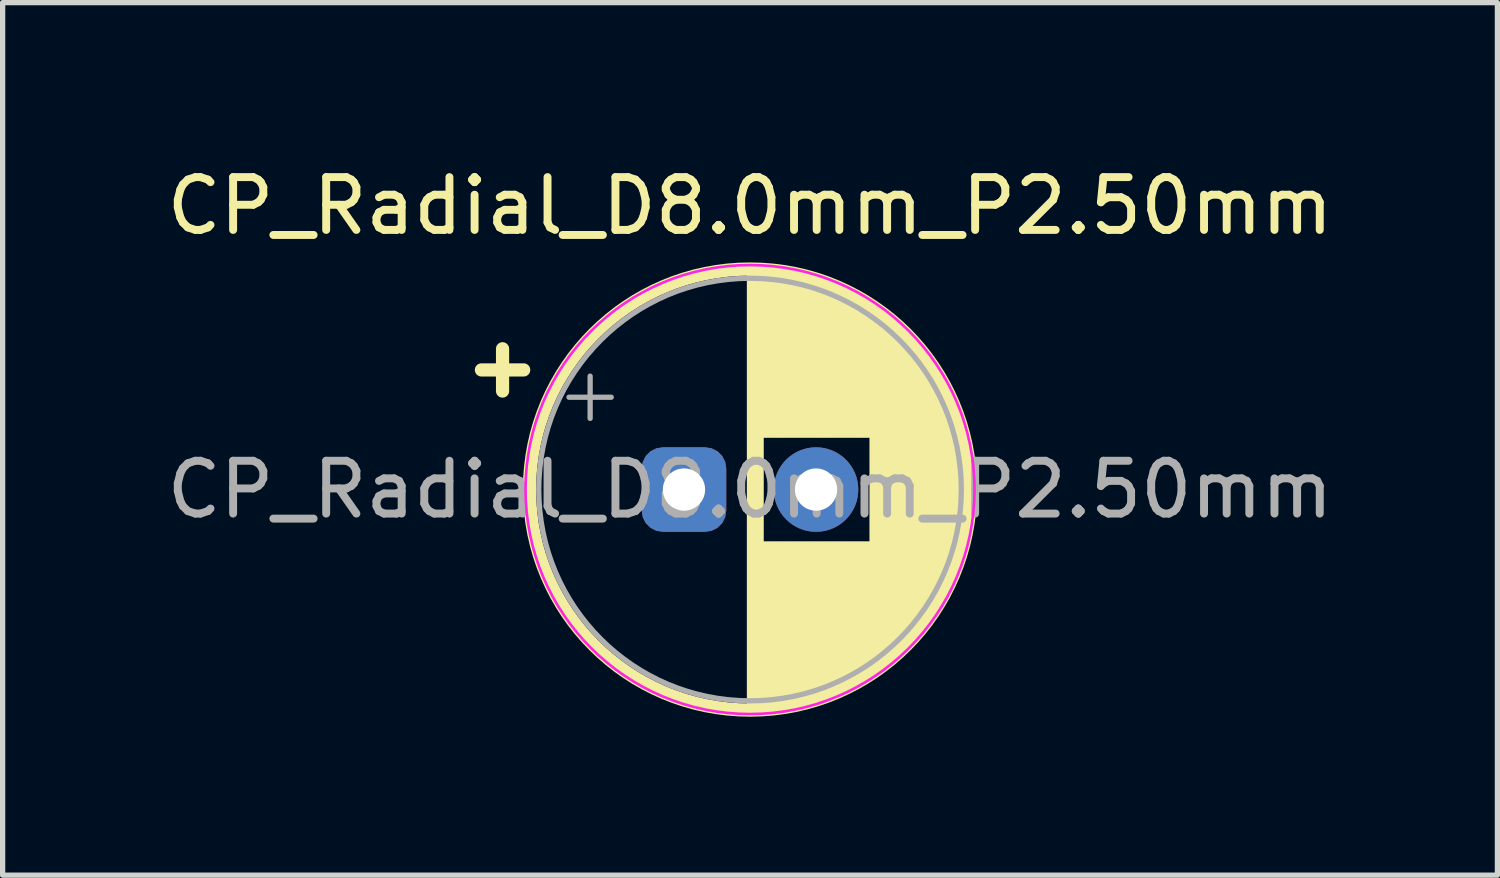
<source format=kicad_pcb>
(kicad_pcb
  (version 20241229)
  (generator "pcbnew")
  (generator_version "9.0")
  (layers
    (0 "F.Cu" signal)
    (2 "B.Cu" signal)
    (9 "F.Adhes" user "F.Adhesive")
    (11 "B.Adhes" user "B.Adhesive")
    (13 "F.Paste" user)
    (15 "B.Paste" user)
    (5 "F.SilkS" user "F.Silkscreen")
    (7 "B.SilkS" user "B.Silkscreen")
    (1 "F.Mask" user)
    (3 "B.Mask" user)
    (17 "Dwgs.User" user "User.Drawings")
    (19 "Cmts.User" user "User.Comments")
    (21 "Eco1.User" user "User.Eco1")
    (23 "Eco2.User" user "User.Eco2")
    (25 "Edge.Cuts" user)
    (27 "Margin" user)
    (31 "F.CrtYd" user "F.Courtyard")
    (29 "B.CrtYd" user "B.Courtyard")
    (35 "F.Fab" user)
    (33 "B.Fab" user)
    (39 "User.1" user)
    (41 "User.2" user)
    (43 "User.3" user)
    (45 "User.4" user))
  (footprint "CP_Radial_D8.0mm_P2.50mm"
    (layer "F.Cu")
    (at 9.899 6.218)
    (property "Reference" "CP_Radial_D8.0mm_P2.50mm" (at 1.25 -5.37 0) (layer "F.SilkS") (effects (font (size 1 1) (thickness 0.15))))
    (attr through_hole)
    (fp_line (start -3.835 -2.265) (end -3.035 -2.265) (stroke (width 0.25) (type solid)) (layer "F.SilkS"))
    (fp_line (start -3.435 -2.665) (end -3.435 -1.865) (stroke (width 0.25) (type solid)) (layer "F.SilkS"))
    (fp_line (start 1.25 -4.08) (end 1.25 4.08) (stroke (width 0.12) (type solid)) (layer "F.SilkS"))
    (fp_line (start 1.29 -4.08) (end 1.29 4.08) (stroke (width 0.12) (type solid)) (layer "F.SilkS"))
    (fp_line (start 1.33 -4.08) (end 1.33 4.08) (stroke (width 0.12) (type solid)) (layer "F.SilkS"))
    (fp_line (start 1.37 -4.079) (end 1.37 4.079) (stroke (width 0.12) (type solid)) (layer "F.SilkS"))
    (fp_line (start 1.41 -4.077) (end 1.41 4.077) (stroke (width 0.12) (type solid)) (layer "F.SilkS"))
    (fp_line (start 1.45 -4.076) (end 1.45 4.076) (stroke (width 0.12) (type solid)) (layer "F.SilkS"))
    (fp_line (start 1.49 -4.074) (end 1.49 -1.04) (stroke (width 0.12) (type solid)) (layer "F.SilkS"))
    (fp_line (start 1.49 1.04) (end 1.49 4.074) (stroke (width 0.12) (type solid)) (layer "F.SilkS"))
    (fp_line (start 1.53 -4.071) (end 1.53 -1.04) (stroke (width 0.12) (type solid)) (layer "F.SilkS"))
    (fp_line (start 1.53 1.04) (end 1.53 4.071) (stroke (width 0.12) (type solid)) (layer "F.SilkS"))
    (fp_line (start 1.57 -4.068) (end 1.57 -1.04) (stroke (width 0.12) (type solid)) (layer "F.SilkS"))
    (fp_line (start 1.57 1.04) (end 1.57 4.068) (stroke (width 0.12) (type solid)) (layer "F.SilkS"))
    (fp_line (start 1.61 -4.065) (end 1.61 -1.04) (stroke (width 0.12) (type solid)) (layer "F.SilkS"))
    (fp_line (start 1.61 1.04) (end 1.61 4.065) (stroke (width 0.12) (type solid)) (layer "F.SilkS"))
    (fp_line (start 1.65 -4.061) (end 1.65 -1.04) (stroke (width 0.12) (type solid)) (layer "F.SilkS"))
    (fp_line (start 1.65 1.04) (end 1.65 4.061) (stroke (width 0.12) (type solid)) (layer "F.SilkS"))
    (fp_line (start 1.69 -4.057) (end 1.69 -1.04) (stroke (width 0.12) (type solid)) (layer "F.SilkS"))
    (fp_line (start 1.69 1.04) (end 1.69 4.057) (stroke (width 0.12) (type solid)) (layer "F.SilkS"))
    (fp_line (start 1.73 -4.052) (end 1.73 -1.04) (stroke (width 0.12) (type solid)) (layer "F.SilkS"))
    (fp_line (start 1.73 1.04) (end 1.73 4.052) (stroke (width 0.12) (type solid)) (layer "F.SilkS"))
    (fp_line (start 1.77 -4.048) (end 1.77 -1.04) (stroke (width 0.12) (type solid)) (layer "F.SilkS"))
    (fp_line (start 1.77 1.04) (end 1.77 4.048) (stroke (width 0.12) (type solid)) (layer "F.SilkS"))
    (fp_line (start 1.81 -4.042) (end 1.81 -1.04) (stroke (width 0.12) (type solid)) (layer "F.SilkS"))
    (fp_line (start 1.81 1.04) (end 1.81 4.042) (stroke (width 0.12) (type solid)) (layer "F.SilkS"))
    (fp_line (start 1.85 -4.037) (end 1.85 -1.04) (stroke (width 0.12) (type solid)) (layer "F.SilkS"))
    (fp_line (start 1.85 1.04) (end 1.85 4.037) (stroke (width 0.12) (type solid)) (layer "F.SilkS"))
    (fp_line (start 1.89 -4.03) (end 1.89 -1.04) (stroke (width 0.12) (type solid)) (layer "F.SilkS"))
    (fp_line (start 1.89 1.04) (end 1.89 4.03) (stroke (width 0.12) (type solid)) (layer "F.SilkS"))
    (fp_line (start 1.93 -4.024) (end 1.93 -1.04) (stroke (width 0.12) (type solid)) (layer "F.SilkS"))
    (fp_line (start 1.93 1.04) (end 1.93 4.024) (stroke (width 0.12) (type solid)) (layer "F.SilkS"))
    (fp_line (start 1.971 -4.017) (end 1.971 -1.04) (stroke (width 0.12) (type solid)) (layer "F.SilkS"))
    (fp_line (start 1.971 1.04) (end 1.971 4.017) (stroke (width 0.12) (type solid)) (layer "F.SilkS"))
    (fp_line (start 2.011 -4.01) (end 2.011 -1.04) (stroke (width 0.12) (type solid)) (layer "F.SilkS"))
    (fp_line (start 2.011 1.04) (end 2.011 4.01) (stroke (width 0.12) (type solid)) (layer "F.SilkS"))
    (fp_line (start 2.051 -4.002) (end 2.051 -1.04) (stroke (width 0.12) (type solid)) (layer "F.SilkS"))
    (fp_line (start 2.051 1.04) (end 2.051 4.002) (stroke (width 0.12) (type solid)) (layer "F.SilkS"))
    (fp_line (start 2.091 -3.994) (end 2.091 -1.04) (stroke (width 0.12) (type solid)) (layer "F.SilkS"))
    (fp_line (start 2.091 1.04) (end 2.091 3.994) (stroke (width 0.12) (type solid)) (layer "F.SilkS"))
    (fp_line (start 2.131 -3.985) (end 2.131 -1.04) (stroke (width 0.12) (type solid)) (layer "F.SilkS"))
    (fp_line (start 2.131 1.04) (end 2.131 3.985) (stroke (width 0.12) (type solid)) (layer "F.SilkS"))
    (fp_line (start 2.171 -3.976) (end 2.171 -1.04) (stroke (width 0.12) (type solid)) (layer "F.SilkS"))
    (fp_line (start 2.171 1.04) (end 2.171 3.976) (stroke (width 0.12) (type solid)) (layer "F.SilkS"))
    (fp_line (start 2.211 -3.967) (end 2.211 -1.04) (stroke (width 0.12) (type solid)) (layer "F.SilkS"))
    (fp_line (start 2.211 1.04) (end 2.211 3.967) (stroke (width 0.12) (type solid)) (layer "F.SilkS"))
    (fp_line (start 2.251 -3.957) (end 2.251 -1.04) (stroke (width 0.12) (type solid)) (layer "F.SilkS"))
    (fp_line (start 2.251 1.04) (end 2.251 3.957) (stroke (width 0.12) (type solid)) (layer "F.SilkS"))
    (fp_line (start 2.291 -3.947) (end 2.291 -1.04) (stroke (width 0.12) (type solid)) (layer "F.SilkS"))
    (fp_line (start 2.291 1.04) (end 2.291 3.947) (stroke (width 0.12) (type solid)) (layer "F.SilkS"))
    (fp_line (start 2.331 -3.936) (end 2.331 -1.04) (stroke (width 0.12) (type solid)) (layer "F.SilkS"))
    (fp_line (start 2.331 1.04) (end 2.331 3.936) (stroke (width 0.12) (type solid)) (layer "F.SilkS"))
    (fp_line (start 2.371 -3.925) (end 2.371 -1.04) (stroke (width 0.12) (type solid)) (layer "F.SilkS"))
    (fp_line (start 2.371 1.04) (end 2.371 3.925) (stroke (width 0.12) (type solid)) (layer "F.SilkS"))
    (fp_line (start 2.411 -3.914) (end 2.411 -1.04) (stroke (width 0.12) (type solid)) (layer "F.SilkS"))
    (fp_line (start 2.411 1.04) (end 2.411 3.914) (stroke (width 0.12) (type solid)) (layer "F.SilkS"))
    (fp_line (start 2.451 -3.902) (end 2.451 -1.04) (stroke (width 0.12) (type solid)) (layer "F.SilkS"))
    (fp_line (start 2.451 1.04) (end 2.451 3.902) (stroke (width 0.12) (type solid)) (layer "F.SilkS"))
    (fp_line (start 2.491 -3.889) (end 2.491 -1.04) (stroke (width 0.12) (type solid)) (layer "F.SilkS"))
    (fp_line (start 2.491 1.04) (end 2.491 3.889) (stroke (width 0.12) (type solid)) (layer "F.SilkS"))
    (fp_line (start 2.531 -3.877) (end 2.531 -1.04) (stroke (width 0.12) (type solid)) (layer "F.SilkS"))
    (fp_line (start 2.531 1.04) (end 2.531 3.877) (stroke (width 0.12) (type solid)) (layer "F.SilkS"))
    (fp_line (start 2.571 -3.863) (end 2.571 -1.04) (stroke (width 0.12) (type solid)) (layer "F.SilkS"))
    (fp_line (start 2.571 1.04) (end 2.571 3.863) (stroke (width 0.12) (type solid)) (layer "F.SilkS"))
    (fp_line (start 2.611 -3.85) (end 2.611 -1.04) (stroke (width 0.12) (type solid)) (layer "F.SilkS"))
    (fp_line (start 2.611 1.04) (end 2.611 3.85) (stroke (width 0.12) (type solid)) (layer "F.SilkS"))
    (fp_line (start 2.651 -3.835) (end 2.651 -1.04) (stroke (width 0.12) (type solid)) (layer "F.SilkS"))
    (fp_line (start 2.651 1.04) (end 2.651 3.835) (stroke (width 0.12) (type solid)) (layer "F.SilkS"))
    (fp_line (start 2.691 -3.821) (end 2.691 -1.04) (stroke (width 0.12) (type solid)) (layer "F.SilkS"))
    (fp_line (start 2.691 1.04) (end 2.691 3.821) (stroke (width 0.12) (type solid)) (layer "F.SilkS"))
    (fp_line (start 2.731 -3.805) (end 2.731 -1.04) (stroke (width 0.12) (type solid)) (layer "F.SilkS"))
    (fp_line (start 2.731 1.04) (end 2.731 3.805) (stroke (width 0.12) (type solid)) (layer "F.SilkS"))
    (fp_line (start 2.771 -3.79) (end 2.771 -1.04) (stroke (width 0.12) (type solid)) (layer "F.SilkS"))
    (fp_line (start 2.771 1.04) (end 2.771 3.79) (stroke (width 0.12) (type solid)) (layer "F.SilkS"))
    (fp_line (start 2.811 -3.774) (end 2.811 -1.04) (stroke (width 0.12) (type solid)) (layer "F.SilkS"))
    (fp_line (start 2.811 1.04) (end 2.811 3.774) (stroke (width 0.12) (type solid)) (layer "F.SilkS"))
    (fp_line (start 2.851 -3.757) (end 2.851 -1.04) (stroke (width 0.12) (type solid)) (layer "F.SilkS"))
    (fp_line (start 2.851 1.04) (end 2.851 3.757) (stroke (width 0.12) (type solid)) (layer "F.SilkS"))
    (fp_line (start 2.891 -3.74) (end 2.891 -1.04) (stroke (width 0.12) (type solid)) (layer "F.SilkS"))
    (fp_line (start 2.891 1.04) (end 2.891 3.74) (stroke (width 0.12) (type solid)) (layer "F.SilkS"))
    (fp_line (start 2.931 -3.722) (end 2.931 -1.04) (stroke (width 0.12) (type solid)) (layer "F.SilkS"))
    (fp_line (start 2.931 1.04) (end 2.931 3.722) (stroke (width 0.12) (type solid)) (layer "F.SilkS"))
    (fp_line (start 2.971 -3.704) (end 2.971 -1.04) (stroke (width 0.12) (type solid)) (layer "F.SilkS"))
    (fp_line (start 2.971 1.04) (end 2.971 3.704) (stroke (width 0.12) (type solid)) (layer "F.SilkS"))
    (fp_line (start 3.011 -3.686) (end 3.011 -1.04) (stroke (width 0.12) (type solid)) (layer "F.SilkS"))
    (fp_line (start 3.011 1.04) (end 3.011 3.686) (stroke (width 0.12) (type solid)) (layer "F.SilkS"))
    (fp_line (start 3.051 -3.666) (end 3.051 -1.04) (stroke (width 0.12) (type solid)) (layer "F.SilkS"))
    (fp_line (start 3.051 1.04) (end 3.051 3.666) (stroke (width 0.12) (type solid)) (layer "F.SilkS"))
    (fp_line (start 3.091 -3.647) (end 3.091 -1.04) (stroke (width 0.12) (type solid)) (layer "F.SilkS"))
    (fp_line (start 3.091 1.04) (end 3.091 3.647) (stroke (width 0.12) (type solid)) (layer "F.SilkS"))
    (fp_line (start 3.131 -3.627) (end 3.131 -1.04) (stroke (width 0.12) (type solid)) (layer "F.SilkS"))
    (fp_line (start 3.131 1.04) (end 3.131 3.627) (stroke (width 0.12) (type solid)) (layer "F.SilkS"))
    (fp_line (start 3.171 -3.606) (end 3.171 -1.04) (stroke (width 0.12) (type solid)) (layer "F.SilkS"))
    (fp_line (start 3.171 1.04) (end 3.171 3.606) (stroke (width 0.12) (type solid)) (layer "F.SilkS"))
    (fp_line (start 3.211 -3.584) (end 3.211 -1.04) (stroke (width 0.12) (type solid)) (layer "F.SilkS"))
    (fp_line (start 3.211 1.04) (end 3.211 3.584) (stroke (width 0.12) (type solid)) (layer "F.SilkS"))
    (fp_line (start 3.251 -3.562) (end 3.251 -1.04) (stroke (width 0.12) (type solid)) (layer "F.SilkS"))
    (fp_line (start 3.251 1.04) (end 3.251 3.562) (stroke (width 0.12) (type solid)) (layer "F.SilkS"))
    (fp_line (start 3.291 -3.54) (end 3.291 -1.04) (stroke (width 0.12) (type solid)) (layer "F.SilkS"))
    (fp_line (start 3.291 1.04) (end 3.291 3.54) (stroke (width 0.12) (type solid)) (layer "F.SilkS"))
    (fp_line (start 3.331 -3.517) (end 3.331 -1.04) (stroke (width 0.12) (type solid)) (layer "F.SilkS"))
    (fp_line (start 3.331 1.04) (end 3.331 3.517) (stroke (width 0.12) (type solid)) (layer "F.SilkS"))
    (fp_line (start 3.371 -3.493) (end 3.371 -1.04) (stroke (width 0.12) (type solid)) (layer "F.SilkS"))
    (fp_line (start 3.371 1.04) (end 3.371 3.493) (stroke (width 0.12) (type solid)) (layer "F.SilkS"))
    (fp_line (start 3.411 -3.469) (end 3.411 -1.04) (stroke (width 0.12) (type solid)) (layer "F.SilkS"))
    (fp_line (start 3.411 1.04) (end 3.411 3.469) (stroke (width 0.12) (type solid)) (layer "F.SilkS"))
    (fp_line (start 3.451 -3.444) (end 3.451 -1.04) (stroke (width 0.12) (type solid)) (layer "F.SilkS"))
    (fp_line (start 3.451 1.04) (end 3.451 3.444) (stroke (width 0.12) (type solid)) (layer "F.SilkS"))
    (fp_line (start 3.491 -3.418) (end 3.491 -1.04) (stroke (width 0.12) (type solid)) (layer "F.SilkS"))
    (fp_line (start 3.491 1.04) (end 3.491 3.418) (stroke (width 0.12) (type solid)) (layer "F.SilkS"))
    (fp_line (start 3.531 -3.392) (end 3.531 -1.04) (stroke (width 0.12) (type solid)) (layer "F.SilkS"))
    (fp_line (start 3.531 1.04) (end 3.531 3.392) (stroke (width 0.12) (type solid)) (layer "F.SilkS"))
    (fp_line (start 3.571 -3.365) (end 3.571 3.365) (stroke (width 0.12) (type solid)) (layer "F.SilkS"))
    (fp_line (start 3.611 -3.338) (end 3.611 3.338) (stroke (width 0.12) (type solid)) (layer "F.SilkS"))
    (fp_line (start 3.651 -3.309) (end 3.651 3.309) (stroke (width 0.12) (type solid)) (layer "F.SilkS"))
    (fp_line (start 3.691 -3.28) (end 3.691 3.28) (stroke (width 0.12) (type solid)) (layer "F.SilkS"))
    (fp_line (start 3.731 -3.25) (end 3.731 3.25) (stroke (width 0.12) (type solid)) (layer "F.SilkS"))
    (fp_line (start 3.771 -3.22) (end 3.771 3.22) (stroke (width 0.12) (type solid)) (layer "F.SilkS"))
    (fp_line (start 3.811 -3.189) (end 3.811 3.189) (stroke (width 0.12) (type solid)) (layer "F.SilkS"))
    (fp_line (start 3.851 -3.156) (end 3.851 3.156) (stroke (width 0.12) (type solid)) (layer "F.SilkS"))
    (fp_line (start 3.891 -3.124) (end 3.891 3.124) (stroke (width 0.12) (type solid)) (layer "F.SilkS"))
    (fp_line (start 3.931 -3.09) (end 3.931 3.09) (stroke (width 0.12) (type solid)) (layer "F.SilkS"))
    (fp_line (start 3.971 -3.055) (end 3.971 3.055) (stroke (width 0.12) (type solid)) (layer "F.SilkS"))
    (fp_line (start 4.011 -3.019) (end 4.011 3.019) (stroke (width 0.12) (type solid)) (layer "F.SilkS"))
    (fp_line (start 4.051 -2.983) (end 4.051 2.983) (stroke (width 0.12) (type solid)) (layer "F.SilkS"))
    (fp_line (start 4.091 -2.945) (end 4.091 2.945) (stroke (width 0.12) (type solid)) (layer "F.SilkS"))
    (fp_line (start 4.131 -2.907) (end 4.131 2.907) (stroke (width 0.12) (type solid)) (layer "F.SilkS"))
    (fp_line (start 4.171 -2.867) (end 4.171 2.867) (stroke (width 0.12) (type solid)) (layer "F.SilkS"))
    (fp_line (start 4.211 -2.826) (end 4.211 2.826) (stroke (width 0.12) (type solid)) (layer "F.SilkS"))
    (fp_line (start 4.251 -2.784) (end 4.251 2.784) (stroke (width 0.12) (type solid)) (layer "F.SilkS"))
    (fp_line (start 4.291 -2.741) (end 4.291 2.741) (stroke (width 0.12) (type solid)) (layer "F.SilkS"))
    (fp_line (start 4.331 -2.697) (end 4.331 2.697) (stroke (width 0.12) (type solid)) (layer "F.SilkS"))
    (fp_line (start 4.371 -2.651) (end 4.371 2.651) (stroke (width 0.12) (type solid)) (layer "F.SilkS"))
    (fp_line (start 4.411 -2.604) (end 4.411 2.604) (stroke (width 0.12) (type solid)) (layer "F.SilkS"))
    (fp_line (start 4.451 -2.556) (end 4.451 2.556) (stroke (width 0.12) (type solid)) (layer "F.SilkS"))
    (fp_line (start 4.491 -2.505) (end 4.491 2.505) (stroke (width 0.12) (type solid)) (layer "F.SilkS"))
    (fp_line (start 4.531 -2.454) (end 4.531 2.454) (stroke (width 0.12) (type solid)) (layer "F.SilkS"))
    (fp_line (start 4.571 -2.4) (end 4.571 2.4) (stroke (width 0.12) (type solid)) (layer "F.SilkS"))
    (fp_line (start 4.611 -2.345) (end 4.611 2.345) (stroke (width 0.12) (type solid)) (layer "F.SilkS"))
    (fp_line (start 4.651 -2.287) (end 4.651 2.287) (stroke (width 0.12) (type solid)) (layer "F.SilkS"))
    (fp_line (start 4.691 -2.228) (end 4.691 2.228) (stroke (width 0.12) (type solid)) (layer "F.SilkS"))
    (fp_line (start 4.731 -2.166) (end 4.731 2.166) (stroke (width 0.12) (type solid)) (layer "F.SilkS"))
    (fp_line (start 4.771 -2.102) (end 4.771 2.102) (stroke (width 0.12) (type solid)) (layer "F.SilkS"))
    (fp_line (start 4.811 -2.034) (end 4.811 2.034) (stroke (width 0.12) (type solid)) (layer "F.SilkS"))
    (fp_line (start 4.851 -1.964) (end 4.851 1.964) (stroke (width 0.12) (type solid)) (layer "F.SilkS"))
    (fp_line (start 4.891 -1.89) (end 4.891 1.89) (stroke (width 0.12) (type solid)) (layer "F.SilkS"))
    (fp_line (start 4.931 -1.813) (end 4.931 1.813) (stroke (width 0.12) (type solid)) (layer "F.SilkS"))
    (fp_line (start 4.971 -1.731) (end 4.971 1.731) (stroke (width 0.12) (type solid)) (layer "F.SilkS"))
    (fp_line (start 5.011 -1.645) (end 5.011 1.645) (stroke (width 0.12) (type solid)) (layer "F.SilkS"))
    (fp_line (start 5.051 -1.552) (end 5.051 1.552) (stroke (width 0.12) (type solid)) (layer "F.SilkS"))
    (fp_line (start 5.091 -1.453) (end 5.091 1.453) (stroke (width 0.12) (type solid)) (layer "F.SilkS"))
    (fp_line (start 5.131 -1.346) (end 5.131 1.346) (stroke (width 0.12) (type solid)) (layer "F.SilkS"))
    (fp_line (start 5.171 -1.229) (end 5.171 1.229) (stroke (width 0.12) (type solid)) (layer "F.SilkS"))
    (fp_line (start 5.211 -1.098) (end 5.211 1.098) (stroke (width 0.12) (type solid)) (layer "F.SilkS"))
    (fp_line (start 5.251 -0.948) (end 5.251 0.948) (stroke (width 0.12) (type solid)) (layer "F.SilkS"))
    (fp_line (start 5.291 -0.768) (end 5.291 0.768) (stroke (width 0.12) (type solid)) (layer "F.SilkS"))
    (fp_line (start 5.331 -0.533) (end 5.331 0.533) (stroke (width 0.12) (type solid)) (layer "F.SilkS"))
    (fp_circle (center 1.25 0) (end 5.425 0) (stroke (width 0.25) (type solid)) (fill no) (layer "F.SilkS"))
    (fp_circle (center 1.25 0) (end 5.5 0) (stroke (width 0.05) (type solid)) (fill no) (layer "F.CrtYd"))
    (fp_line (start -2.177 -1.748) (end -1.377 -1.748) (stroke (width 0.1) (type solid)) (layer "F.Fab"))
    (fp_line (start -1.777 -2.147) (end -1.777 -1.347) (stroke (width 0.1) (type solid)) (layer "F.Fab"))
    (fp_circle (center 1.25 0) (end 5.25 0) (stroke (width 0.1) (type solid)) (fill no) (layer "F.Fab"))
    (fp_text user "${REFERENCE}" (at 1.25 0 0) (layer "F.Fab") (effects (font (size 1 1) (thickness 0.15))))
    (pad "1" thru_hole roundrect (at 0 0) (size 1.6 1.6) (drill 0.8) (layers "*.Cu" "*.Mask") (roundrect_rratio 0.25))
    (pad "2" thru_hole circle (at 2.5 0) (size 1.6 1.6) (drill 0.8) (layers "*.Cu" "*.Mask")))
  (gr_rect
    (start -3 -3)
    (end 25.298 13.518)
    (stroke (width 0.1) (type default))
    (fill no)
    (layer "Edge.Cuts")))
</source>
